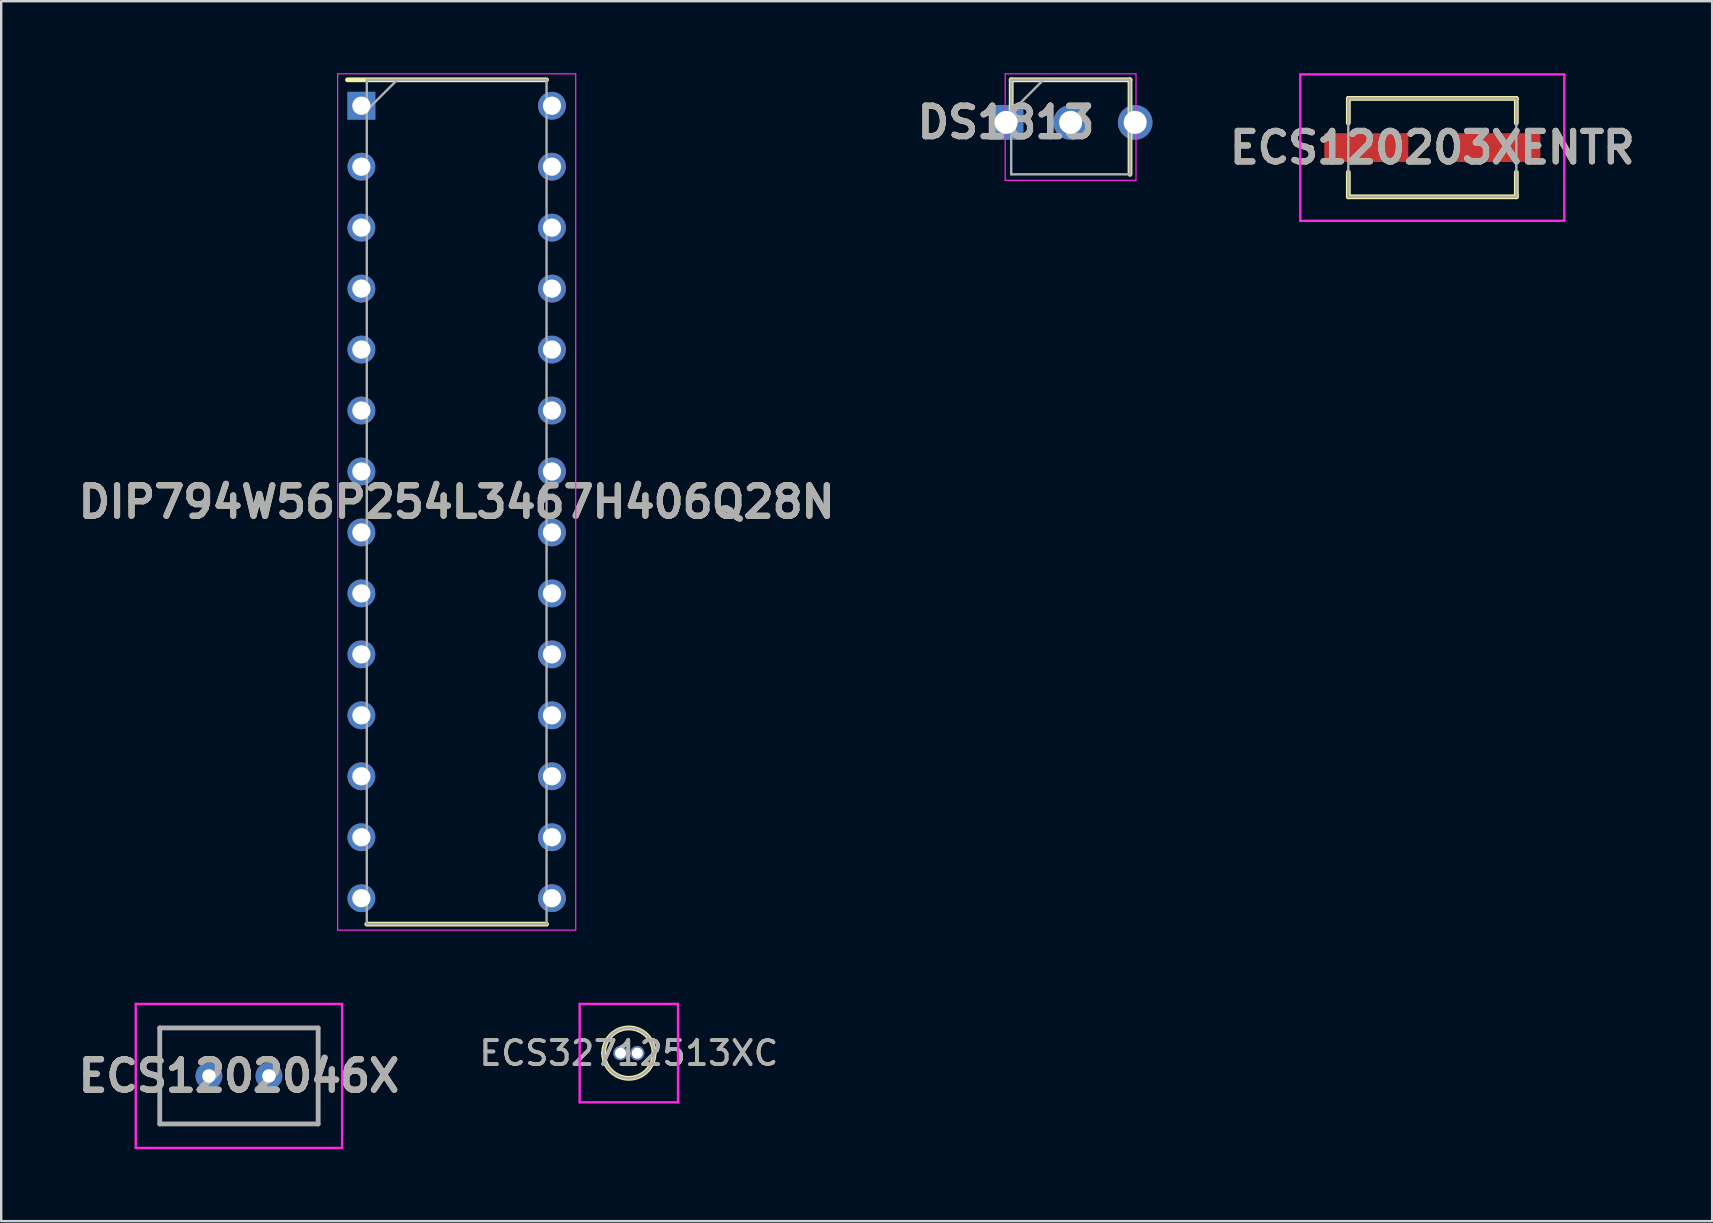
<source format=kicad_pcb>
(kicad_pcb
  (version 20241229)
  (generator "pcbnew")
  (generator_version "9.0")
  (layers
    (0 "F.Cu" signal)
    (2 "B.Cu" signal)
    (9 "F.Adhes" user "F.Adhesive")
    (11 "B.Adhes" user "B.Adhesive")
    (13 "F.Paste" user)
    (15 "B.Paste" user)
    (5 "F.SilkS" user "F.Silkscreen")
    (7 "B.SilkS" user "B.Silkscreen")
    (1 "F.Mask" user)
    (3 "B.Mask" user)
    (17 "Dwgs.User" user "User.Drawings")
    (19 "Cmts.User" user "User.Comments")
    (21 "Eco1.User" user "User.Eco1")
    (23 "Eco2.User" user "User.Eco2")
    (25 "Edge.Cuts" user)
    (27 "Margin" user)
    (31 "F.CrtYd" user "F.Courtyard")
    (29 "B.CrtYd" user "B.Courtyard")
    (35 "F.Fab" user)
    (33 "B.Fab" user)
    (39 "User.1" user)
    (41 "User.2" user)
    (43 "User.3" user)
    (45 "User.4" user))
  (footprint "ECS120203XENTR"
    (layer "F.Cu")
    (at 56.629 3.1)
    (property "Reference" "ECS120203XENTR" (at 0 0 0) (layer "F.SilkS") (effects (font (size 1.27 1.27) (thickness 0.254))))
    (attr smd)
    (fp_line (start -5.1 0) (end -5.1 0) (stroke (width 0.1) (type solid)) (layer "F.SilkS"))
    (fp_line (start -5 0) (end -5 0) (stroke (width 0.1) (type solid)) (layer "F.SilkS"))
    (fp_line (start -3.5 -2.05) (end 3.5 -2.05) (stroke (width 0.2) (type solid)) (layer "F.SilkS"))
    (fp_line (start -3.5 -1.025) (end -3.5 -2.05) (stroke (width 0.2) (type solid)) (layer "F.SilkS"))
    (fp_line (start -3.5 1.025) (end -3.5 2.05) (stroke (width 0.2) (type solid)) (layer "F.SilkS"))
    (fp_line (start -3.5 2.05) (end 3.5 2.05) (stroke (width 0.2) (type solid)) (layer "F.SilkS"))
    (fp_line (start 3.5 -2.05) (end 3.5 -1.025) (stroke (width 0.2) (type solid)) (layer "F.SilkS"))
    (fp_line (start 3.5 2.05) (end 3.5 1.025) (stroke (width 0.2) (type solid)) (layer "F.SilkS"))
    (fp_arc (start -5.1 0) (mid -5.05 -0.05) (end -5 0) (stroke (width 0.1) (type solid)) (layer "F.SilkS"))
    (fp_arc (start -5 0) (mid -5.05 0.05) (end -5.1 0) (stroke (width 0.1) (type solid)) (layer "F.SilkS"))
    (fp_line (start -5.5 -3.05) (end 5.5 -3.05) (stroke (width 0.1) (type solid)) (layer "F.CrtYd"))
    (fp_line (start -5.5 3.05) (end -5.5 -3.05) (stroke (width 0.1) (type solid)) (layer "F.CrtYd"))
    (fp_line (start 5.5 -3.05) (end 5.5 3.05) (stroke (width 0.1) (type solid)) (layer "F.CrtYd"))
    (fp_line (start 5.5 3.05) (end -5.5 3.05) (stroke (width 0.1) (type solid)) (layer "F.CrtYd"))
    (fp_line (start -3.5 -2.05) (end 3.5 -2.05) (stroke (width 0.1) (type solid)) (layer "F.Fab"))
    (fp_line (start -3.5 2.05) (end -3.5 -2.05) (stroke (width 0.1) (type solid)) (layer "F.Fab"))
    (fp_line (start 3.5 -2.05) (end 3.5 2.05) (stroke (width 0.1) (type solid)) (layer "F.Fab"))
    (fp_line (start 3.5 2.05) (end -3.5 2.05) (stroke (width 0.1) (type solid)) (layer "F.Fab"))
    (fp_text user "${REFERENCE}" (at 0 0 0) (layer "F.Fab") (effects (font (size 1.27 1.27) (thickness 0.254))))
    (pad "1" smd rect (at -2.75 0 90) (size 1.2 3.5) (layers "F.Cu" "F.Mask" "F.Paste"))
    (pad "2" smd rect (at 2.75 0 90) (size 1.2 3.5) (layers "F.Cu" "F.Mask" "F.Paste")))
  (footprint "ECS32712513XC"
    (layer "F.Cu")
    (at 22.802 40.83)
    (property "Reference" "ECS32712513XC" (at 0.35 0 0) (layer "F.SilkS") (effects (font (size 1 1) (thickness 0.15))))
    (attr through_hole)
    (fp_line (start -0.7 0) (end -0.7 0) (stroke (width 0.2) (type solid)) (layer "F.SilkS"))
    (fp_line (start 1.4 0) (end 1.4 0) (stroke (width 0.2) (type solid)) (layer "F.SilkS"))
    (fp_arc (start -0.7 0) (mid 0.35 -1.05) (end 1.4 0) (stroke (width 0.2) (type solid)) (layer "F.SilkS"))
    (fp_arc (start 1.4 0) (mid 0.35 1.05) (end -0.7 0) (stroke (width 0.2) (type solid)) (layer "F.SilkS"))
    (fp_line (start -1.7 -2.05) (end 2.4 -2.05) (stroke (width 0.1) (type solid)) (layer "F.CrtYd"))
    (fp_line (start -1.7 2.05) (end -1.7 -2.05) (stroke (width 0.1) (type solid)) (layer "F.CrtYd"))
    (fp_line (start 2.4 -2.05) (end 2.4 2.05) (stroke (width 0.1) (type solid)) (layer "F.CrtYd"))
    (fp_line (start 2.4 2.05) (end -1.7 2.05) (stroke (width 0.1) (type solid)) (layer "F.CrtYd"))
    (fp_line (start -0.7 0) (end -0.7 0) (stroke (width 0.1) (type solid)) (layer "F.Fab"))
    (fp_line (start 1.4 0) (end 1.4 0) (stroke (width 0.1) (type solid)) (layer "F.Fab"))
    (fp_arc (start -0.7 0) (mid 0.35 -1.05) (end 1.4 0) (stroke (width 0.1) (type solid)) (layer "F.Fab"))
    (fp_arc (start 1.4 0) (mid 0.35 1.05) (end -0.7 0) (stroke (width 0.1) (type solid)) (layer "F.Fab"))
    (fp_text user "${REFERENCE}" (at 0.35 0 0) (layer "F.Fab") (effects (font (size 1 1) (thickness 0.15))))
    (pad "1" thru_hole circle (at 0 0) (size 0.6 0.6) (drill 0.46) (layers "*.Cu" "*.Mask"))
    (pad "2" thru_hole circle (at 0.7 0) (size 0.6 0.6) (drill 0.46) (layers "*.Cu" "*.Mask")))
  (footprint "ECS1202046X"
    (layer "F.Cu")
    (at 5.656 41.78)
    (property "Reference" "ECS1202046X" (at 1.25 0 0) (layer "F.SilkS") (effects (font (size 1.27 1.27) (thickness 0.254))))
    (attr through_hole)
    (fp_line (start -2.05 -2) (end 4.55 -2) (stroke (width 0.1) (type solid)) (layer "F.SilkS"))
    (fp_line (start -2.05 2) (end -2.05 -2) (stroke (width 0.1) (type solid)) (layer "F.SilkS"))
    (fp_line (start 4.55 -2) (end 4.55 2) (stroke (width 0.1) (type solid)) (layer "F.SilkS"))
    (fp_line (start 4.55 2) (end -2.05 2) (stroke (width 0.1) (type solid)) (layer "F.SilkS"))
    (fp_line (start -3.05 -3) (end 5.55 -3) (stroke (width 0.1) (type solid)) (layer "F.CrtYd"))
    (fp_line (start -3.05 3) (end -3.05 -3) (stroke (width 0.1) (type solid)) (layer "F.CrtYd"))
    (fp_line (start 5.55 -3) (end 5.55 3) (stroke (width 0.1) (type solid)) (layer "F.CrtYd"))
    (fp_line (start 5.55 3) (end -3.05 3) (stroke (width 0.1) (type solid)) (layer "F.CrtYd"))
    (fp_line (start -2.05 -2) (end -2.05 2) (stroke (width 0.2) (type solid)) (layer "F.Fab"))
    (fp_line (start -2.05 2) (end 4.55 2) (stroke (width 0.2) (type solid)) (layer "F.Fab"))
    (fp_line (start 4.55 -2) (end -2.05 -2) (stroke (width 0.2) (type solid)) (layer "F.Fab"))
    (fp_line (start 4.55 2) (end 4.55 -2) (stroke (width 0.2) (type solid)) (layer "F.Fab"))
    (fp_text user "${REFERENCE}" (at 1.25 0 0) (layer "F.Fab") (effects (font (size 1.27 1.27) (thickness 0.254))))
    (pad "1" thru_hole circle (at 0 0) (size 1.12 1.12) (drill 0.56) (layers "*.Cu" "*.Mask"))
    (pad "2" thru_hole circle (at 2.5 0) (size 1.12 1.12) (drill 0.56) (layers "*.Cu" "*.Mask")))
  (footprint "DS1813"
    (layer "F.Cu")
    (at 38.868 2.05)
    (property "Reference" "DS1813" (at 0 0 0) (layer "F.SilkS") (effects (font (size 1.27 1.27) (thickness 0.254))))
    (attr through_hole)
    (fp_line (start 0.215 -1.775) (end 0.215 0) (stroke (width 0.2) (type solid)) (layer "F.SilkS"))
    (fp_line (start 5.165 -1.775) (end 0.215 -1.775) (stroke (width 0.2) (type solid)) (layer "F.SilkS"))
    (fp_line (start 5.165 2.165) (end 5.165 -1.775) (stroke (width 0.2) (type solid)) (layer "F.SilkS"))
    (fp_line (start -0.035 -2.025) (end 5.415 -2.025) (stroke (width 0.05) (type solid)) (layer "F.CrtYd"))
    (fp_line (start -0.035 2.415) (end -0.035 -2.025) (stroke (width 0.05) (type solid)) (layer "F.CrtYd"))
    (fp_line (start 5.415 -2.025) (end 5.415 2.415) (stroke (width 0.05) (type solid)) (layer "F.CrtYd"))
    (fp_line (start 5.415 2.415) (end -0.035 2.415) (stroke (width 0.05) (type solid)) (layer "F.CrtYd"))
    (fp_line (start 0.215 -1.775) (end 5.165 -1.775) (stroke (width 0.1) (type solid)) (layer "F.Fab"))
    (fp_line (start 0.215 -0.43) (end 1.56 -1.775) (stroke (width 0.1) (type solid)) (layer "F.Fab"))
    (fp_line (start 0.215 2.165) (end 0.215 -1.775) (stroke (width 0.1) (type solid)) (layer "F.Fab"))
    (fp_line (start 5.165 -1.775) (end 5.165 2.165) (stroke (width 0.1) (type solid)) (layer "F.Fab"))
    (fp_line (start 5.165 2.165) (end 0.215 2.165) (stroke (width 0.1) (type solid)) (layer "F.Fab"))
    (fp_text user "${REFERENCE}" (at 0 0 0) (layer "F.Fab") (effects (font (size 1.27 1.27) (thickness 0.254))))
    (pad "1" thru_hole rect (at 0 0) (size 1.44 1.44) (drill 0.96) (layers "*.Cu" "*.Mask"))
    (pad "2" thru_hole circle (at 2.69 0) (size 1.44 1.44) (drill 0.96) (layers "*.Cu" "*.Mask"))
    (pad "3" thru_hole circle (at 5.38 0) (size 1.44 1.44) (drill 0.96) (layers "*.Cu" "*.Mask")))
  (footprint "DIP794W56P254L3467H406Q28N"
    (layer "F.Cu")
    (at 15.978 17.865)
    (property "Reference" "DIP794W56P254L3467H406Q28N" (at 0 0 0) (layer "F.SilkS") (effects (font (size 1.27 1.27) (thickness 0.254))))
    (attr through_hole)
    (fp_line (start -4.55 -17.59) (end 3.745 -17.59) (stroke (width 0.2) (type solid)) (layer "F.SilkS"))
    (fp_line (start -3.745 17.59) (end 3.745 17.59) (stroke (width 0.2) (type solid)) (layer "F.SilkS"))
    (fp_line (start -4.96 -17.84) (end 4.96 -17.84) (stroke (width 0.05) (type solid)) (layer "F.CrtYd"))
    (fp_line (start -4.96 17.84) (end -4.96 -17.84) (stroke (width 0.05) (type solid)) (layer "F.CrtYd"))
    (fp_line (start 4.96 -17.84) (end 4.96 17.84) (stroke (width 0.05) (type solid)) (layer "F.CrtYd"))
    (fp_line (start 4.96 17.84) (end -4.96 17.84) (stroke (width 0.05) (type solid)) (layer "F.CrtYd"))
    (fp_line (start -3.745 -17.59) (end 3.745 -17.59) (stroke (width 0.1) (type solid)) (layer "F.Fab"))
    (fp_line (start -3.745 -16.32) (end -2.475 -17.59) (stroke (width 0.1) (type solid)) (layer "F.Fab"))
    (fp_line (start -3.745 17.59) (end -3.745 -17.59) (stroke (width 0.1) (type solid)) (layer "F.Fab"))
    (fp_line (start 3.745 -17.59) (end 3.745 17.59) (stroke (width 0.1) (type solid)) (layer "F.Fab"))
    (fp_line (start 3.745 17.59) (end -3.745 17.59) (stroke (width 0.1) (type solid)) (layer "F.Fab"))
    (fp_text user "${REFERENCE}" (at 0 0 0) (layer "F.Fab") (effects (font (size 1.27 1.27) (thickness 0.254))))
    (pad "1" thru_hole rect (at -3.97 -16.51) (size 1.16 1.16) (drill 0.76) (layers "*.Cu" "*.Mask"))
    (pad "2" thru_hole circle (at -3.97 -13.97) (size 1.16 1.16) (drill 0.76) (layers "*.Cu" "*.Mask"))
    (pad "3" thru_hole circle (at -3.97 -11.43) (size 1.16 1.16) (drill 0.76) (layers "*.Cu" "*.Mask"))
    (pad "4" thru_hole circle (at -3.97 -8.89) (size 1.16 1.16) (drill 0.76) (layers "*.Cu" "*.Mask"))
    (pad "5" thru_hole circle (at -3.97 -6.35) (size 1.16 1.16) (drill 0.76) (layers "*.Cu" "*.Mask"))
    (pad "6" thru_hole circle (at -3.97 -3.81) (size 1.16 1.16) (drill 0.76) (layers "*.Cu" "*.Mask"))
    (pad "7" thru_hole circle (at -3.97 -1.27) (size 1.16 1.16) (drill 0.76) (layers "*.Cu" "*.Mask"))
    (pad "8" thru_hole circle (at -3.97 1.27) (size 1.16 1.16) (drill 0.76) (layers "*.Cu" "*.Mask"))
    (pad "9" thru_hole circle (at -3.97 3.81) (size 1.16 1.16) (drill 0.76) (layers "*.Cu" "*.Mask"))
    (pad "10" thru_hole circle (at -3.97 6.35) (size 1.16 1.16) (drill 0.76) (layers "*.Cu" "*.Mask"))
    (pad "11" thru_hole circle (at -3.97 8.89) (size 1.16 1.16) (drill 0.76) (layers "*.Cu" "*.Mask"))
    (pad "12" thru_hole circle (at -3.97 11.43) (size 1.16 1.16) (drill 0.76) (layers "*.Cu" "*.Mask"))
    (pad "13" thru_hole circle (at -3.97 13.97) (size 1.16 1.16) (drill 0.76) (layers "*.Cu" "*.Mask"))
    (pad "14" thru_hole circle (at -3.97 16.51) (size 1.16 1.16) (drill 0.76) (layers "*.Cu" "*.Mask"))
    (pad "15" thru_hole circle (at 3.97 16.51) (size 1.16 1.16) (drill 0.76) (layers "*.Cu" "*.Mask"))
    (pad "16" thru_hole circle (at 3.97 13.97) (size 1.16 1.16) (drill 0.76) (layers "*.Cu" "*.Mask"))
    (pad "17" thru_hole circle (at 3.97 11.43) (size 1.16 1.16) (drill 0.76) (layers "*.Cu" "*.Mask"))
    (pad "18" thru_hole circle (at 3.97 8.89) (size 1.16 1.16) (drill 0.76) (layers "*.Cu" "*.Mask"))
    (pad "19" thru_hole circle (at 3.97 6.35) (size 1.16 1.16) (drill 0.76) (layers "*.Cu" "*.Mask"))
    (pad "20" thru_hole circle (at 3.97 3.81) (size 1.16 1.16) (drill 0.76) (layers "*.Cu" "*.Mask"))
    (pad "21" thru_hole circle (at 3.97 1.27) (size 1.16 1.16) (drill 0.76) (layers "*.Cu" "*.Mask"))
    (pad "22" thru_hole circle (at 3.97 -1.27) (size 1.16 1.16) (drill 0.76) (layers "*.Cu" "*.Mask"))
    (pad "23" thru_hole circle (at 3.97 -3.81) (size 1.16 1.16) (drill 0.76) (layers "*.Cu" "*.Mask"))
    (pad "24" thru_hole circle (at 3.97 -6.35) (size 1.16 1.16) (drill 0.76) (layers "*.Cu" "*.Mask"))
    (pad "25" thru_hole circle (at 3.97 -8.89) (size 1.16 1.16) (drill 0.76) (layers "*.Cu" "*.Mask"))
    (pad "26" thru_hole circle (at 3.97 -11.43) (size 1.16 1.16) (drill 0.76) (layers "*.Cu" "*.Mask"))
    (pad "27" thru_hole circle (at 3.97 -13.97) (size 1.16 1.16) (drill 0.76) (layers "*.Cu" "*.Mask"))
    (pad "28" thru_hole circle (at 3.97 -16.51) (size 1.16 1.16) (drill 0.76) (layers "*.Cu" "*.Mask")))
  (gr_rect
    (start -3 -3)
    (end 68.289 47.83)
    (stroke (width 0.1) (type default))
    (fill no)
    (layer "Edge.Cuts")))
</source>
